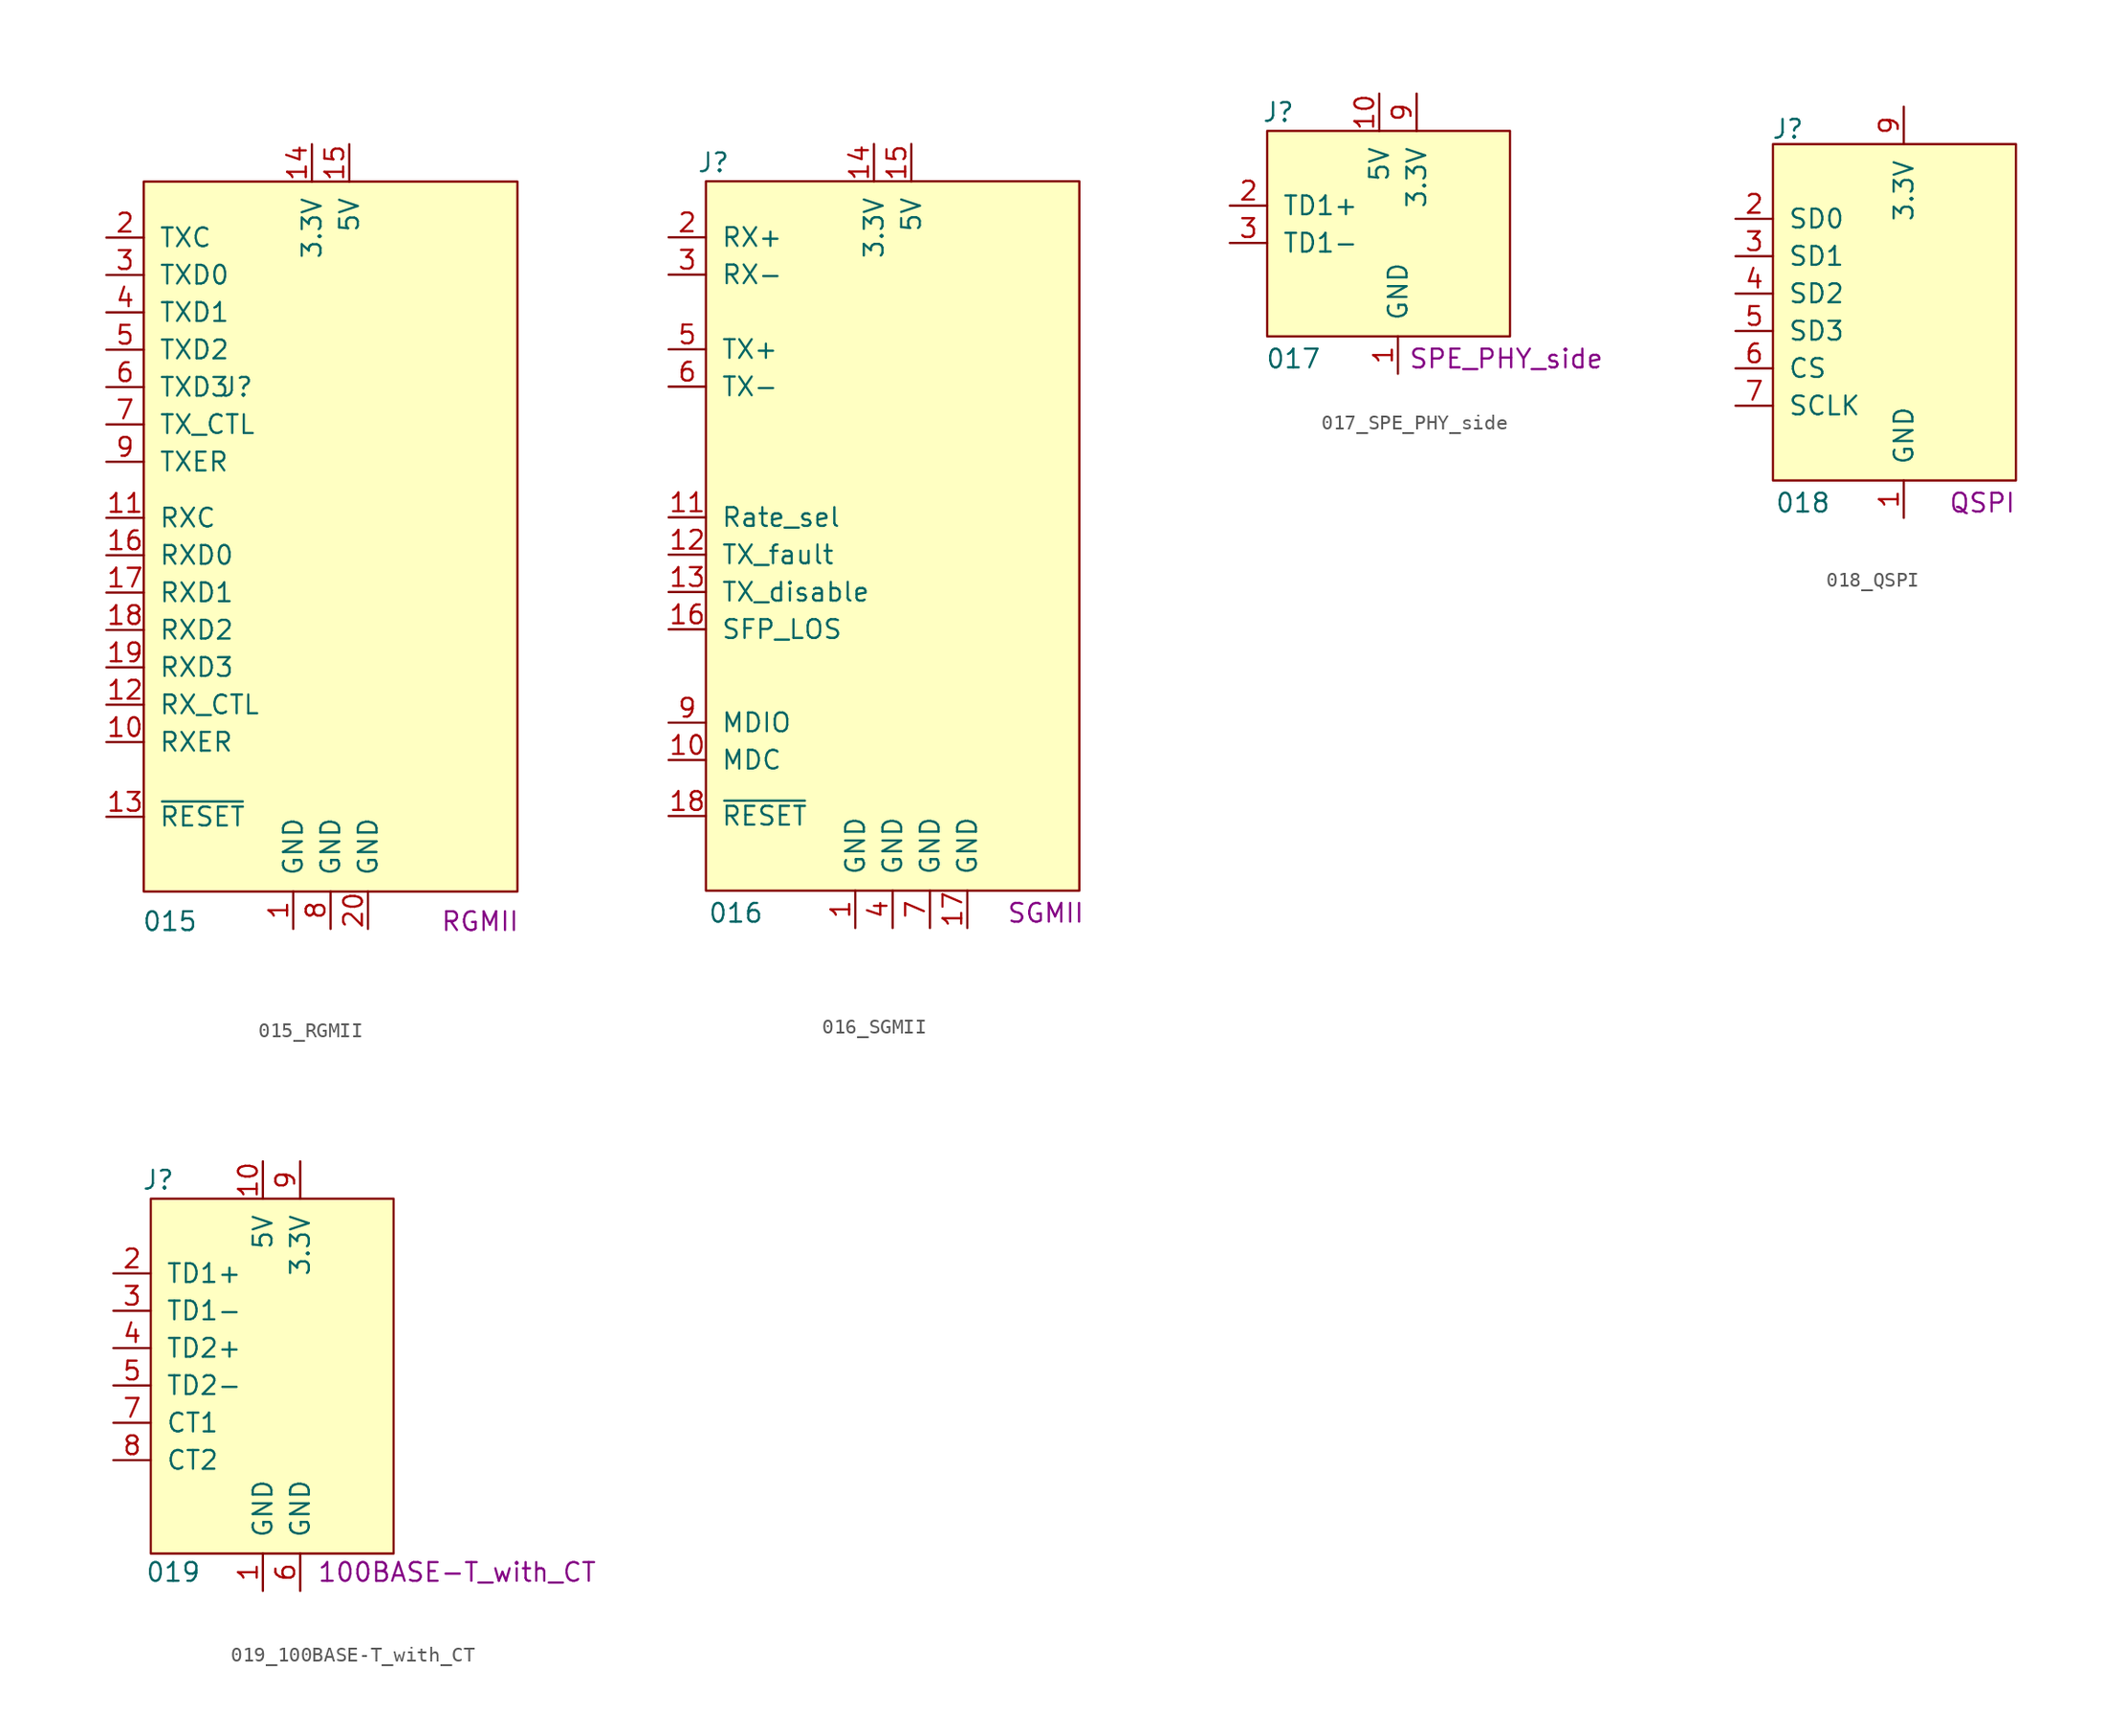
<source format=kicad_sym>
(kicad_symbol_lib
  (version 20241209)
  (generator "kicad_symbol_editor")
  (generator_version "9.0")
  (symbol "015_RGMII"
    (pin_names
      (offset 1.016))
    (property "Reference" "J"
      (at -6.35 16.51 0)
      (effects (font (size 1.27 1.27))))
    (property "Value" "015"
      (at -10.922 -19.812 0)
      (effects (font (size 1.27 1.27))))
    (property "Type" "RGMII"
      (at 10.16 -19.812 0)
      (effects (font (size 1.27 1.27))))
    (symbol "015_RGMII_0_1"
      (rectangle (start -12.7 30.48) (end 12.7 -17.78) (stroke (width 0) (type default)) (fill (type background))))
    (symbol "015_RGMII_1_1"
      (pin bidirectional line (at -15.24 26.67 0) (length 2.54) (name "TXC" (effects (font (size 1.27 1.27)))) (number "2" (effects (font (size 1.27 1.27)))))
      (pin bidirectional line (at -15.24 24.13 0) (length 2.54) (name "TXD0" (effects (font (size 1.27 1.27)))) (number "3" (effects (font (size 1.27 1.27)))))
      (pin bidirectional line (at -15.24 21.59 0) (length 2.54) (name "TXD1" (effects (font (size 1.27 1.27)))) (number "4" (effects (font (size 1.27 1.27)))))
      (pin bidirectional line (at -15.24 19.05 0) (length 2.54) (name "TXD2" (effects (font (size 1.27 1.27)))) (number "5" (effects (font (size 1.27 1.27)))))
      (pin bidirectional line (at -15.24 16.51 0) (length 2.54) (name "TXD3" (effects (font (size 1.27 1.27)))) (number "6" (effects (font (size 1.27 1.27)))))
      (pin bidirectional line (at -15.24 13.97 0) (length 2.54) (name "TX_CTL" (effects (font (size 1.27 1.27)))) (number "7" (effects (font (size 1.27 1.27)))))
      (pin bidirectional line (at -15.24 11.43 0) (length 2.54) (name "TXER" (effects (font (size 1.27 1.27)))) (number "9" (effects (font (size 1.27 1.27)))))
      (pin bidirectional line (at -15.24 7.62 0) (length 2.54) (name "RXC" (effects (font (size 1.27 1.27)))) (number "11" (effects (font (size 1.27 1.27)))))
      (pin bidirectional line (at -15.24 5.08 0) (length 2.54) (name "RXD0" (effects (font (size 1.27 1.27)))) (number "16" (effects (font (size 1.27 1.27)))))
      (pin bidirectional line (at -15.24 2.54 0) (length 2.54) (name "RXD1" (effects (font (size 1.27 1.27)))) (number "17" (effects (font (size 1.27 1.27)))))
      (pin bidirectional line (at -15.24 0 0) (length 2.54) (name "RXD2" (effects (font (size 1.27 1.27)))) (number "18" (effects (font (size 1.27 1.27)))))
      (pin bidirectional line (at -15.24 -2.54 0) (length 2.54) (name "RXD3" (effects (font (size 1.27 1.27)))) (number "19" (effects (font (size 1.27 1.27)))))
      (pin bidirectional line (at -15.24 -5.08 0) (length 2.54) (name "RX_CTL" (effects (font (size 1.27 1.27)))) (number "12" (effects (font (size 1.27 1.27)))))
      (pin bidirectional line (at -15.24 -7.62 0) (length 2.54) (name "RXER" (effects (font (size 1.27 1.27)))) (number "10" (effects (font (size 1.27 1.27)))))
      (pin bidirectional line (at -15.24 -12.7 0) (length 2.54) (name "~{RESET}" (effects (font (size 1.27 1.27)))) (number "13" (effects (font (size 1.27 1.27)))))
      (pin passive line (at -2.54 -20.32 90) (length 2.54) (name "GND" (effects (font (size 1.27 1.27)))) (number "1" (effects (font (size 1.27 1.27)))))
      (pin passive line (at -1.27 33.02 270) (length 2.54) (name "3.3V" (effects (font (size 1.27 1.27)))) (number "14" (effects (font (size 1.27 1.27)))))
      (pin passive line (at 0 -20.32 90) (length 2.54) (name "GND" (effects (font (size 1.27 1.27)))) (number "8" (effects (font (size 1.27 1.27)))))
      (pin passive line (at 1.27 33.02 270) (length 2.54) (name "5V" (effects (font (size 1.27 1.27)))) (number "15" (effects (font (size 1.27 1.27)))))
      (pin passive line (at 2.54 -20.32 90) (length 2.54) (name "GND" (effects (font (size 1.27 1.27)))) (number "20" (effects (font (size 1.27 1.27)))))))
  (symbol "016_SGMII"
    (pin_names
      (offset 1.016))
    (property "Reference" "J"
      (at -12.192 31.75 0)
      (effects (font (size 1.27 1.27))))
    (property "Value" "016"
      (at -10.668 -19.304 0)
      (effects (font (size 1.27 1.27))))
    (property "Type" "SGMII"
      (at 10.414 -19.304 0)
      (effects (font (size 1.27 1.27))))
    (symbol "016_SGMII_0_1"
      (rectangle (start -12.7 30.48) (end 12.7 -17.78) (stroke (width 0) (type default)) (fill (type background))))
    (symbol "016_SGMII_1_1"
      (pin bidirectional line (at -15.24 26.67 0) (length 2.54) (name "RX+" (effects (font (size 1.27 1.27)))) (number "2" (effects (font (size 1.27 1.27)))))
      (pin bidirectional line (at -15.24 24.13 0) (length 2.54) (name "RX-" (effects (font (size 1.27 1.27)))) (number "3" (effects (font (size 1.27 1.27)))))
      (pin bidirectional line (at -15.24 19.05 0) (length 2.54) (name "TX+" (effects (font (size 1.27 1.27)))) (number "5" (effects (font (size 1.27 1.27)))))
      (pin bidirectional line (at -15.24 16.51 0) (length 2.54) (name "TX-" (effects (font (size 1.27 1.27)))) (number "6" (effects (font (size 1.27 1.27)))))
      (pin bidirectional line (at -15.24 7.62 0) (length 2.54) (name "Rate_sel" (effects (font (size 1.27 1.27)))) (number "11" (effects (font (size 1.27 1.27)))))
      (pin bidirectional line (at -15.24 5.08 0) (length 2.54) (name "TX_fault" (effects (font (size 1.27 1.27)))) (number "12" (effects (font (size 1.27 1.27)))))
      (pin bidirectional line (at -15.24 2.54 0) (length 2.54) (name "TX_disable" (effects (font (size 1.27 1.27)))) (number "13" (effects (font (size 1.27 1.27)))))
      (pin bidirectional line (at -15.24 0 0) (length 2.54) (name "SFP_LOS" (effects (font (size 1.27 1.27)))) (number "16" (effects (font (size 1.27 1.27)))))
      (pin bidirectional line (at -15.24 -6.35 0) (length 2.54) (name "MDIO" (effects (font (size 1.27 1.27)))) (number "9" (effects (font (size 1.27 1.27)))))
      (pin bidirectional line (at -15.24 -8.89 0) (length 2.54) (name "MDC" (effects (font (size 1.27 1.27)))) (number "10" (effects (font (size 1.27 1.27)))))
      (pin bidirectional line (at -15.24 -12.7 0) (length 2.54) (name "~{RESET}" (effects (font (size 1.27 1.27)))) (number "18" (effects (font (size 1.27 1.27)))))
      (pin passive line (at -2.54 -20.32 90) (length 2.54) (name "GND" (effects (font (size 1.27 1.27)))) (number "1" (effects (font (size 1.27 1.27)))))
      (pin passive line (at -1.27 33.02 270) (length 2.54) (name "3.3V" (effects (font (size 1.27 1.27)))) (number "14" (effects (font (size 1.27 1.27)))))
      (pin passive line (at 0 -20.32 90) (length 2.54) (name "GND" (effects (font (size 1.27 1.27)))) (number "4" (effects (font (size 1.27 1.27)))))
      (pin passive line (at 1.27 33.02 270) (length 2.54) (name "5V" (effects (font (size 1.27 1.27)))) (number "15" (effects (font (size 1.27 1.27)))))
      (pin passive line (at 2.54 -20.32 90) (length 2.54) (name "GND" (effects (font (size 1.27 1.27)))) (number "7" (effects (font (size 1.27 1.27)))))
      (pin passive line (at 5.08 -20.32 90) (length 2.54) (name "GND" (effects (font (size 1.27 1.27)))) (number "17" (effects (font (size 1.27 1.27)))))))
  (symbol "017_SPE_PHY_side"
    (pin_names
      (offset 1.016))
    (property "Reference" "J"
      (at -8.128 13.97 0)
      (effects (font (size 1.27 1.27))))
    (property "Value" "017"
      (at -7.112 -2.794 0)
      (effects (font (size 1.27 1.27))))
    (property "Type" "SPE_PHY_side"
      (at 7.366 -2.794 0)
      (effects (font (size 1.27 1.27))))
    (symbol "017_SPE_PHY_side_0_1"
      (rectangle (start -8.89 12.7) (end 7.62 -1.27) (stroke (width 0) (type default)) (fill (type background))))
    (symbol "017_SPE_PHY_side_1_1"
      (pin bidirectional line (at -11.43 7.62 0) (length 2.54) (name "TD1+" (effects (font (size 1.27 1.27)))) (number "2" (effects (font (size 1.27 1.27)))))
      (pin bidirectional line (at -11.43 5.08 0) (length 2.54) (name "TD1-" (effects (font (size 1.27 1.27)))) (number "3" (effects (font (size 1.27 1.27)))))
      (pin bidirectional line (at -1.27 15.24 270) (length 2.54) (name "5V" (effects (font (size 1.27 1.27)))) (number "10" (effects (font (size 1.27 1.27)))))
      (pin passive line (at 0 -3.81 90) (length 2.54) (name "GND" (effects (font (size 1.27 1.27)))) (number "1" (effects (font (size 1.27 1.27)))))
      (pin bidirectional line (at 1.27 15.24 270) (length 2.54) (name "3.3V" (effects (font (size 1.27 1.27)))) (number "9" (effects (font (size 1.27 1.27)))))))
  (symbol "018_QSPI"
    (pin_names
      (offset 1.016))
    (property "Reference" "J"
      (at -7.874 13.716 0)
      (effects (font (size 1.27 1.27))))
    (property "Value" "018"
      (at -6.858 -11.684 0)
      (effects (font (size 1.27 1.27))))
    (property "Type" "QSPI"
      (at 5.334 -11.684 0)
      (effects (font (size 1.27 1.27))))
    (symbol "018_QSPI_0_1"
      (rectangle (start -8.89 12.7) (end 7.62 -10.16) (stroke (width 0) (type default)) (fill (type background))))
    (symbol "018_QSPI_1_1"
      (pin bidirectional line (at -11.43 7.62 0) (length 2.54) (name "SD0" (effects (font (size 1.27 1.27)))) (number "2" (effects (font (size 1.27 1.27)))))
      (pin bidirectional line (at -11.43 5.08 0) (length 2.54) (name "SD1" (effects (font (size 1.27 1.27)))) (number "3" (effects (font (size 1.27 1.27)))))
      (pin bidirectional line (at -11.43 2.54 0) (length 2.54) (name "SD2" (effects (font (size 1.27 1.27)))) (number "4" (effects (font (size 1.27 1.27)))))
      (pin bidirectional line (at -11.43 0 0) (length 2.54) (name "SD3" (effects (font (size 1.27 1.27)))) (number "5" (effects (font (size 1.27 1.27)))))
      (pin bidirectional line (at -11.43 -2.54 0) (length 2.54) (name "CS" (effects (font (size 1.27 1.27)))) (number "6" (effects (font (size 1.27 1.27)))))
      (pin bidirectional line (at -11.43 -5.08 0) (length 2.54) (name "SCLK" (effects (font (size 1.27 1.27)))) (number "7" (effects (font (size 1.27 1.27)))))
      (pin passive line (at 0 15.24 270) (length 2.54) (name "3.3V" (effects (font (size 1.27 1.27)))) (number "9" (effects (font (size 1.27 1.27)))))
      (pin passive line (at 0 -12.7 90) (length 2.54) (name "GND" (effects (font (size 1.27 1.27)))) (number "1" (effects (font (size 1.27 1.27)))))))
  (symbol "019_100BASE-T_with_CT"
    (pin_names
      (offset 1.016))
    (property "Reference" "J"
      (at -8.382 13.97 0)
      (effects (font (size 1.27 1.27))))
    (property "Value" "019"
      (at -7.366 -12.7 0)
      (effects (font (size 1.27 1.27))))
    (property "Type" "100BASE-T_with_CT"
      (at 11.938 -12.7 0)
      (effects (font (size 1.27 1.27))))
    (symbol "019_100BASE-T_with_CT_0_1"
      (rectangle (start -8.89 12.7) (end 7.62 -11.43) (stroke (width 0) (type default)) (fill (type background))))
    (symbol "019_100BASE-T_with_CT_1_1"
      (pin bidirectional line (at -11.43 7.62 0) (length 2.54) (name "TD1+" (effects (font (size 1.27 1.27)))) (number "2" (effects (font (size 1.27 1.27)))))
      (pin bidirectional line (at -11.43 5.08 0) (length 2.54) (name "TD1-" (effects (font (size 1.27 1.27)))) (number "3" (effects (font (size 1.27 1.27)))))
      (pin bidirectional line (at -11.43 2.54 0) (length 2.54) (name "TD2+" (effects (font (size 1.27 1.27)))) (number "4" (effects (font (size 1.27 1.27)))))
      (pin bidirectional line (at -11.43 0 0) (length 2.54) (name "TD2-" (effects (font (size 1.27 1.27)))) (number "5" (effects (font (size 1.27 1.27)))))
      (pin bidirectional line (at -11.43 -2.54 0) (length 2.54) (name "CT1" (effects (font (size 1.27 1.27)))) (number "7" (effects (font (size 1.27 1.27)))))
      (pin bidirectional line (at -11.43 -5.08 0) (length 2.54) (name "CT2" (effects (font (size 1.27 1.27)))) (number "8" (effects (font (size 1.27 1.27)))))
      (pin passive line (at -1.27 15.24 270) (length 2.54) (name "5V" (effects (font (size 1.27 1.27)))) (number "10" (effects (font (size 1.27 1.27)))))
      (pin passive line (at -1.27 -13.97 90) (length 2.54) (name "GND" (effects (font (size 1.27 1.27)))) (number "1" (effects (font (size 1.27 1.27)))))
      (pin passive line (at 1.27 15.24 270) (length 2.54) (name "3.3V" (effects (font (size 1.27 1.27)))) (number "9" (effects (font (size 1.27 1.27)))))
      (pin passive line (at 1.27 -13.97 90) (length 2.54) (name "GND" (effects (font (size 1.27 1.27)))) (number "6" (effects (font (size 1.27 1.27))))))))
</source>
